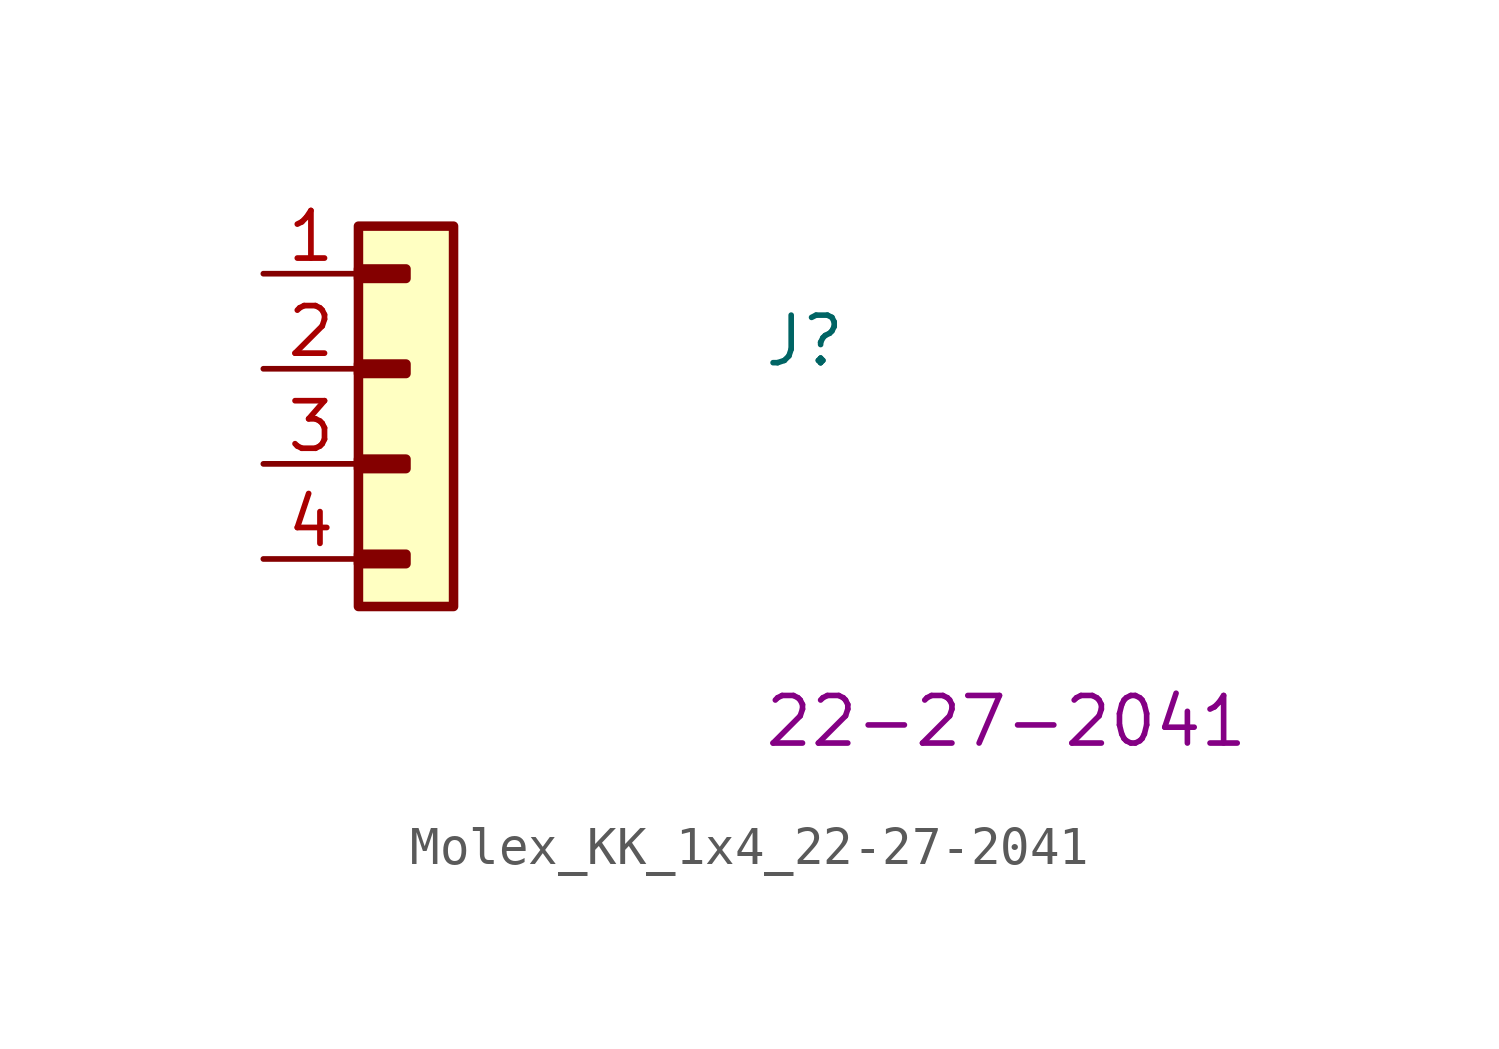
<source format=kicad_sym>
(kicad_symbol_lib
  (version 20220914)
  (generator kicad_symbol_editor)
  (symbol "Molex_KK_1x4_22-27-2041"
    (property "Reference" "J"
      (at 13.335 -2.54 0)
      (effects (font (size 1.27 1.27) (thickness 0.15)) (justify left bottom)))
    (property "MPN" "22-27-2041"
      (at 13.335 -12.7 0)
      (effects (font (size 1.27 1.27) (thickness 0.15)) (justify left bottom)))
    (symbol "Molex_KK_1x4_22-27-2041_1_1"
      (rectangle (start 2.54 -7.493) (end 3.81 -7.747) (stroke (width 0.254) (type default)) (fill (type background)))
      (rectangle (start 2.54 -4.953) (end 3.81 -5.207) (stroke (width 0.254) (type default)) (fill (type background)))
      (rectangle (start 2.54 -2.413) (end 3.81 -2.667) (stroke (width 0.254) (type default)) (fill (type background)))
      (rectangle (start 2.54 0.127) (end 3.81 -0.127) (stroke (width 0.254) (type default)) (fill (type background)))
      (rectangle (start 2.54 1.27) (end 5.08 -8.89) (stroke (width 0.254) (type default)) (fill (type background)))
      (pin passive line (at 0 0 0) (length 2.54) (name "~" (effects (font (size 1.27 1.27)))) (number "1" (effects (font (size 1.27 1.27)))))
      (pin passive line (at 0 -2.54 0) (length 2.54) (name "~" (effects (font (size 1.27 1.27)))) (number "2" (effects (font (size 1.27 1.27)))))
      (pin passive line (at 0 -5.08 0) (length 2.54) (name "~" (effects (font (size 1.27 1.27)))) (number "3" (effects (font (size 1.27 1.27)))))
      (pin passive line (at 0 -7.62 0) (length 2.54) (name "~" (effects (font (size 1.27 1.27)))) (number "4" (effects (font (size 1.27 1.27))))))))
</source>
